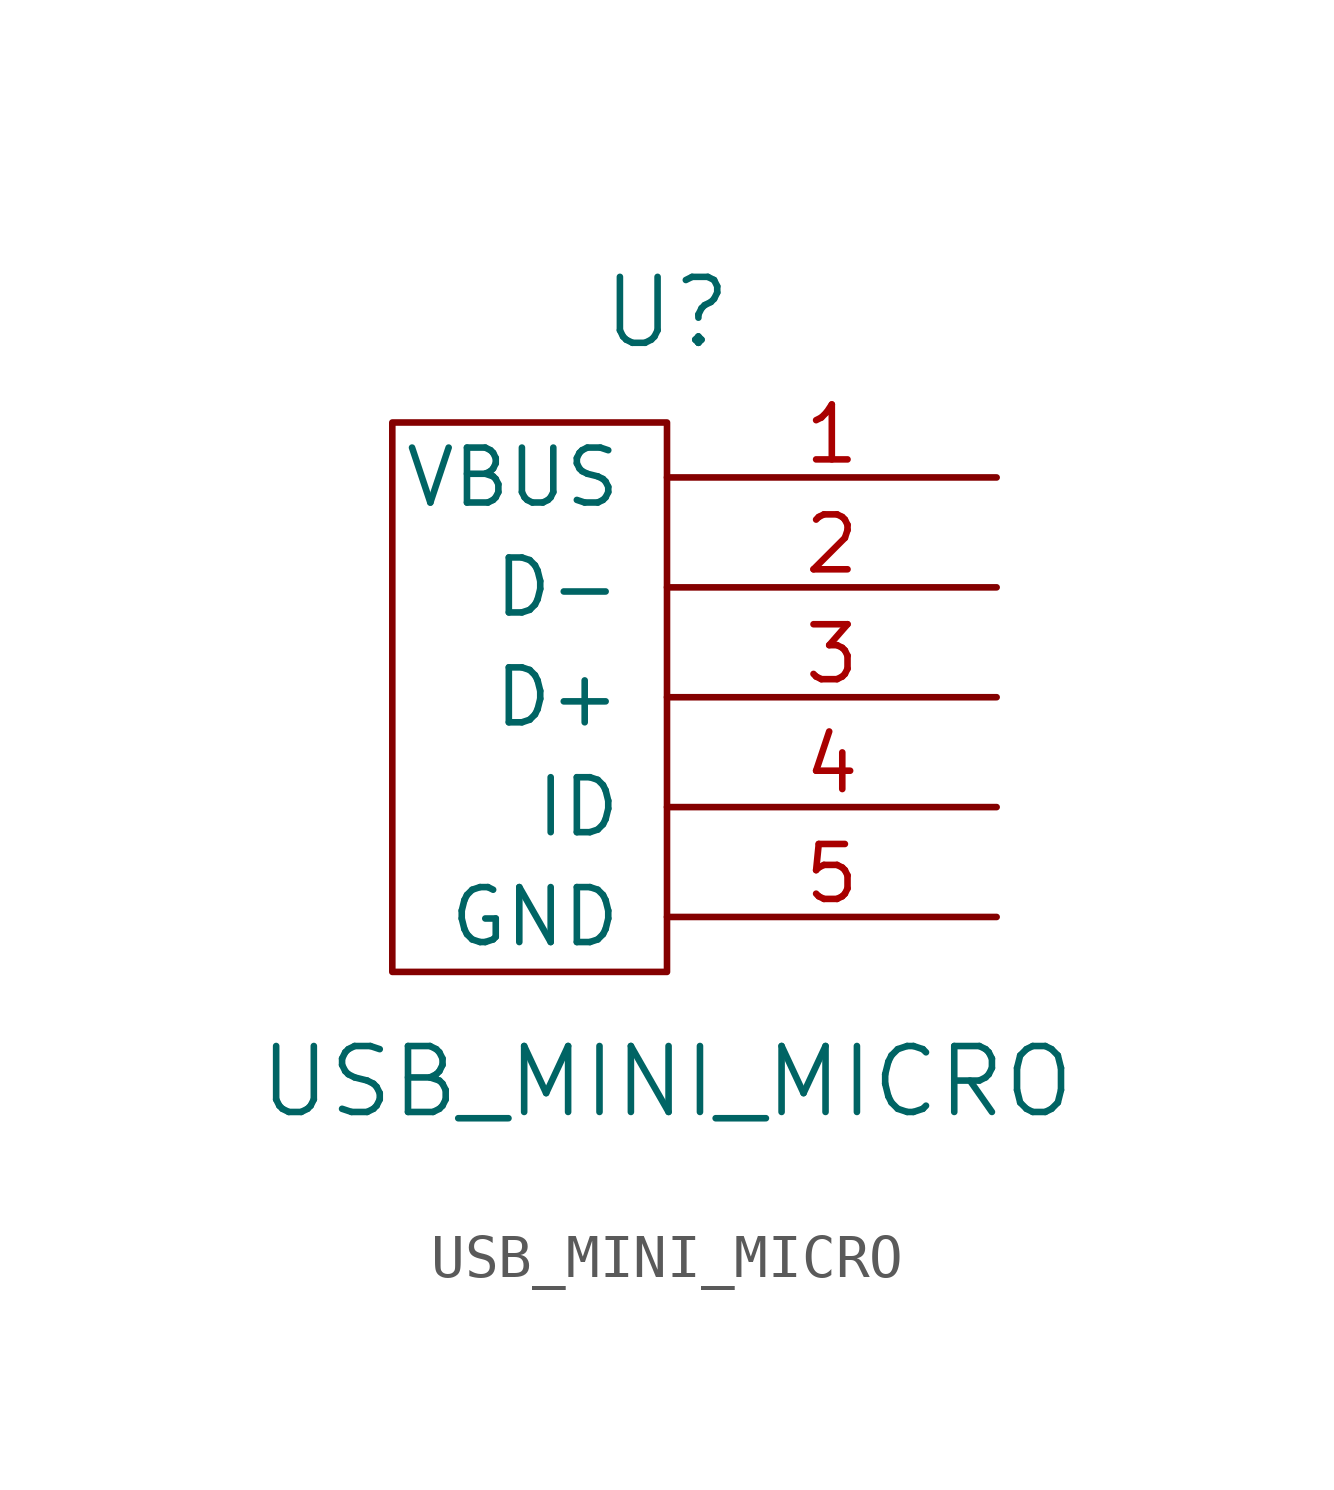
<source format=kicad_sym>
(kicad_symbol_lib
  (version 20220914)
  (generator kicad_symbol_editor)
  (symbol "USB_MINI_MICRO"
    (pin_names
      (offset 1.016))
    (property "Reference" "U"
      (at 0 8.89 0)
      (effects (font (size 1.524 1.524))))
    (property "Value" "USB_MINI_MICRO"
      (at 0 -8.89 0)
      (effects (font (size 1.524 1.524))))
    (property "Footprint" ""
      (at 0 0 0)
      (effects (font (size 1.524 1.524))))
    (property "Datasheet" ""
      (at 0 0 0)
      (effects (font (size 1.524 1.524))))
    (symbol "USB_MINI_MICRO_0_1"
      (rectangle (start 0 6.35) (end -6.35 -6.35) (stroke (width 0) (type solid)) (fill (type none))))
    (symbol "USB_MINI_MICRO_1_1"
      (pin bidirectional line (at 7.62 5.08 180) (length 7.62) (name "VBUS" (effects (font (size 1.27 1.27)))) (number "1" (effects (font (size 1.27 1.27)))))
      (pin bidirectional line (at 7.62 2.54 180) (length 7.62) (name "D-" (effects (font (size 1.27 1.27)))) (number "2" (effects (font (size 1.27 1.27)))))
      (pin bidirectional line (at 7.62 0 180) (length 7.62) (name "D+" (effects (font (size 1.27 1.27)))) (number "3" (effects (font (size 1.27 1.27)))))
      (pin input line (at 7.62 -2.54 180) (length 7.62) (name "ID" (effects (font (size 1.27 1.27)))) (number "4" (effects (font (size 1.27 1.27)))))
      (pin input line (at 7.62 -5.08 180) (length 7.62) (name "GND" (effects (font (size 1.27 1.27)))) (number "5" (effects (font (size 1.27 1.27))))))))
</source>
